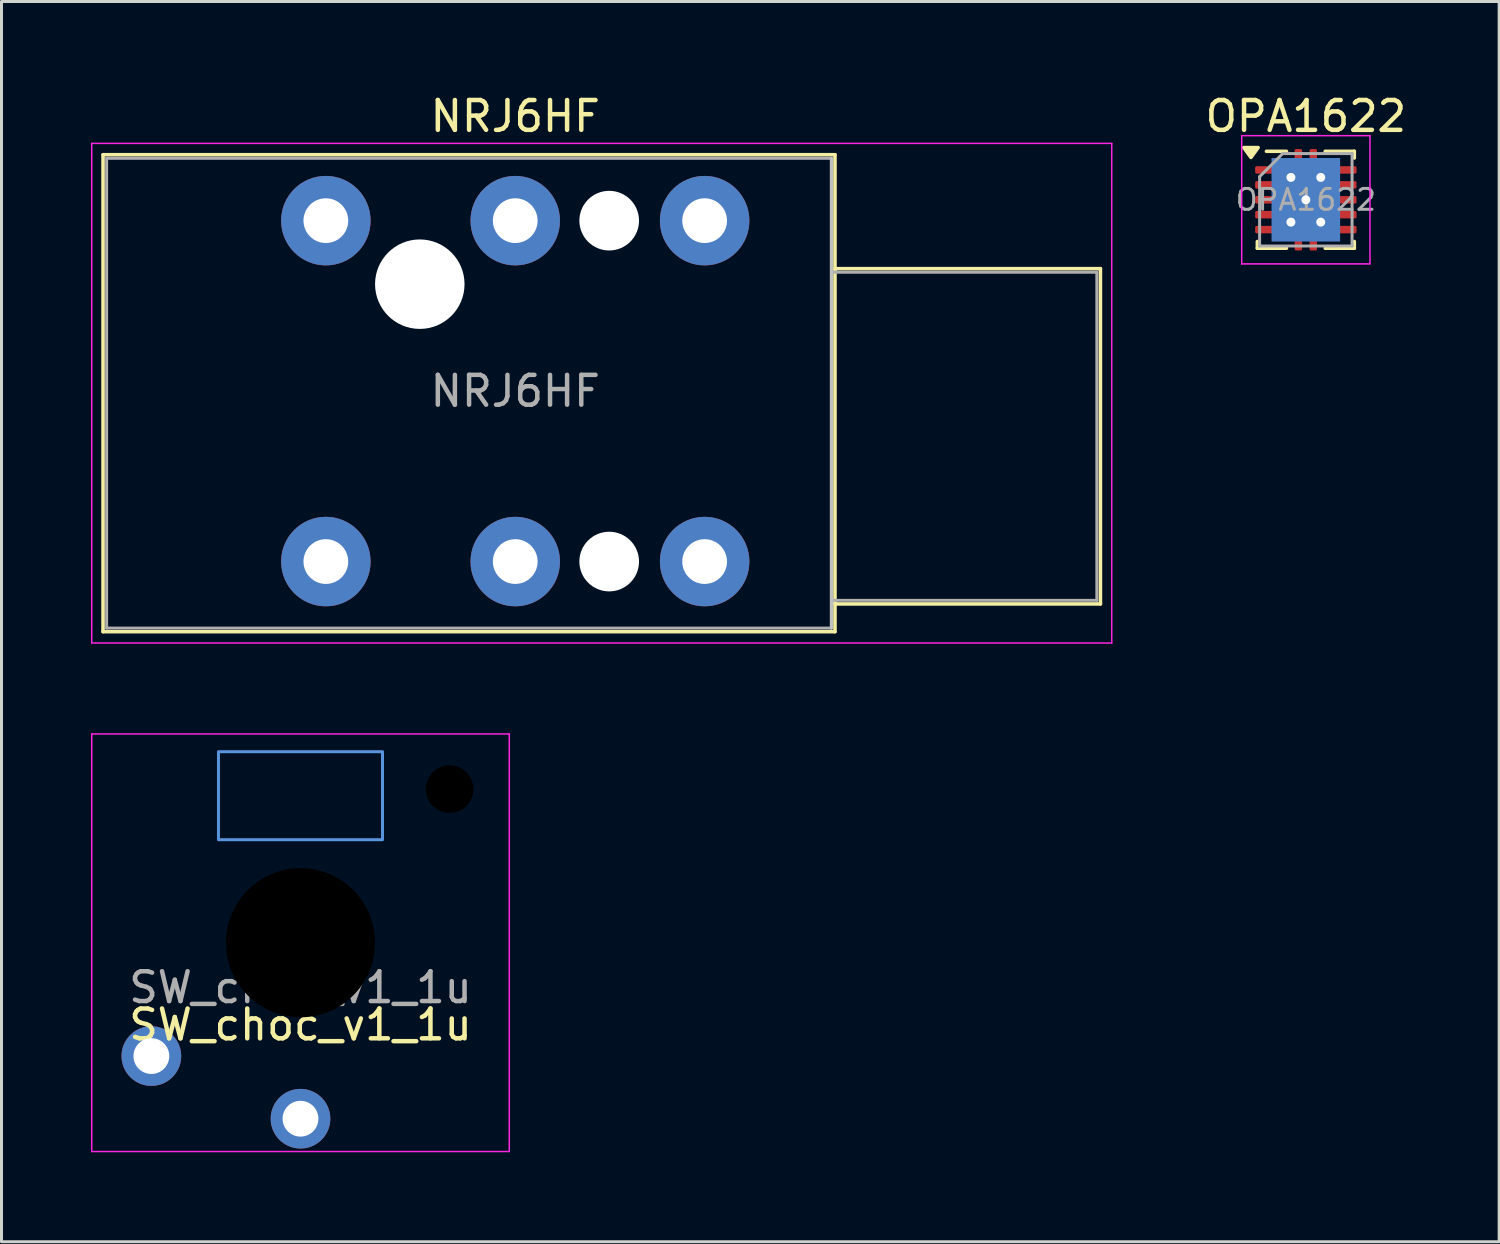
<source format=kicad_pcb>
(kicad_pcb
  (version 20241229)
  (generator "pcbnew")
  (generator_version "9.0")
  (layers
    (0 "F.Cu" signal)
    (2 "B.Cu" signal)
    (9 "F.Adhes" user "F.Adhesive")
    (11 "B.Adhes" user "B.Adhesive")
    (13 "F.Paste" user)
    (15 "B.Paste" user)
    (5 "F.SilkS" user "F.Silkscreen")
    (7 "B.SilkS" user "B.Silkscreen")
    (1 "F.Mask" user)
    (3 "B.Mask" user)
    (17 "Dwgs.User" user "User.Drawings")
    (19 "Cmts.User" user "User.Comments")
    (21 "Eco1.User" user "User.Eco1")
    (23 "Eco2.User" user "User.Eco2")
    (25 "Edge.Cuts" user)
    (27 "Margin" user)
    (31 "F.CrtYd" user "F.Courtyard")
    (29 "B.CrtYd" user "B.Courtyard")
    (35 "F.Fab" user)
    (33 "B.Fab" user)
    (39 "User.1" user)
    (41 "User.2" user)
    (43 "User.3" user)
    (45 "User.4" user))
  (footprint "SW_choc_v1_1u"
    (layer "F.Cu")
    (at 7.025 28.558)
    (property "Reference" "SW_choc_v1_1u" (at 0 2.75 180) (layer "F.SilkS") (effects (font (size 1 1) (thickness 0.15))))
    (attr through_hole exclude_from_pos_files exclude_from_bom)
    (fp_rect (start -2.75 -6.405) (end 2.75 -3.455) (stroke (width 0.1) (type solid)) (fill no) (layer "Cmts.User"))
    (fp_line (start -6.95 6.45) (end -6.95 -6.45) (stroke (width 0.05) (type solid)) (layer "Eco2.User"))
    (fp_line (start -6.45 -6.95) (end 6.45 -6.95) (stroke (width 0.05) (type solid)) (layer "Eco2.User"))
    (fp_line (start 6.45 6.95) (end -6.45 6.95) (stroke (width 0.05) (type solid)) (layer "Eco2.User"))
    (fp_line (start 6.95 -6.45) (end 6.95 6.45) (stroke (width 0.05) (type solid)) (layer "Eco2.User"))
    (fp_arc (start -6.95 -6.45) (mid -6.803553 -6.803553) (end -6.45 -6.95) (stroke (width 0.05) (type solid)) (layer "Eco2.User"))
    (fp_arc (start -6.45 6.95) (mid -6.803553 6.803553) (end -6.95 6.45) (stroke (width 0.05) (type solid)) (layer "Eco2.User"))
    (fp_arc (start 6.45 -6.95) (mid 6.803553 -6.803553) (end 6.95 -6.45) (stroke (width 0.05) (type solid)) (layer "Eco2.User"))
    (fp_arc (start 6.95 6.45) (mid 6.803553 6.803553) (end 6.45 6.95) (stroke (width 0.05) (type solid)) (layer "Eco2.User"))
    (fp_line (start -7 -7) (end 7 -7) (stroke (width 0.05) (type solid)) (layer "F.CrtYd"))
    (fp_line (start -7 7) (end -7 -7) (stroke (width 0.05) (type solid)) (layer "F.CrtYd"))
    (fp_line (start 7 -7) (end 7 7) (stroke (width 0.05) (type solid)) (layer "F.CrtYd"))
    (fp_line (start 7 7) (end -7 7) (stroke (width 0.05) (type solid)) (layer "F.CrtYd"))
    (fp_text user "${REFERENCE}" (at 0 1.5 0) (layer "F.Fab") (effects (font (size 1 1) (thickness 0.15))))
    (pad "" np_thru_hole circle (at 0 0 180) (size 5 5) (drill 5) (layers "*.Mask"))
    (pad "" np_thru_hole circle (at 5 -5.15 180) (size 1.6 1.6) (drill 1.6) (layers "*.Mask"))
    (pad "1" thru_hole circle (at -5 3.8 180) (size 2 2) (drill 1.2) (layers "*.Cu" "B.Mask"))
    (pad "2" thru_hole circle (at 0 5.9 180) (size 2 2) (drill 1.2) (layers "*.Cu" "B.Mask")))
  (footprint "NRJ6HF"
    (layer "F.Cu")
    (at 7.875 4.348)
    (property "Reference" "NRJ6HF" (at 6.35 -3.5 0) (layer "F.SilkS") (effects (font (size 1 1) (thickness 0.15))))
    (attr through_hole)
    (fp_line (start -7.47 -2.21) (end 17.07 -2.21) (stroke (width 0.12) (type solid)) (layer "F.SilkS"))
    (fp_line (start -7.47 13.78) (end -7.47 -2.21) (stroke (width 0.12) (type solid)) (layer "F.SilkS"))
    (fp_line (start -7.47 13.78) (end 17.07 13.78) (stroke (width 0.12) (type solid)) (layer "F.SilkS"))
    (fp_line (start 17.07 -2.21) (end 17.07 13.78) (stroke (width 0.12) (type solid)) (layer "F.SilkS"))
    (fp_line (start 25.97 1.61) (end 17.07 1.61) (stroke (width 0.12) (type solid)) (layer "F.SilkS"))
    (fp_line (start 25.97 12.85) (end 17.07 12.85) (stroke (width 0.12) (type solid)) (layer "F.SilkS"))
    (fp_line (start 25.97 12.85) (end 25.97 1.61) (stroke (width 0.12) (type solid)) (layer "F.SilkS"))
    (fp_line (start 16.95 -2.09) (end 16.95 13.66) (stroke (width 0.1) (type solid)) (layer "Dwgs.User"))
    (fp_line (start -7.85 14.16) (end -7.85 -2.59) (stroke (width 0.05) (type solid)) (layer "F.CrtYd"))
    (fp_line (start -7.85 14.16) (end 26.35 14.16) (stroke (width 0.05) (type solid)) (layer "F.CrtYd"))
    (fp_line (start 26.35 -2.59) (end -7.85 -2.59) (stroke (width 0.05) (type solid)) (layer "F.CrtYd"))
    (fp_line (start 26.35 14.16) (end 26.35 -2.59) (stroke (width 0.05) (type solid)) (layer "F.CrtYd"))
    (fp_line (start -7.35 -2.09) (end 16.95 -2.09) (stroke (width 0.1) (type solid)) (layer "F.Fab"))
    (fp_line (start -7.35 13.66) (end -7.35 -2.09) (stroke (width 0.1) (type solid)) (layer "F.Fab"))
    (fp_line (start 16.95 -2.09) (end 16.95 13.66) (stroke (width 0.1) (type solid)) (layer "F.Fab"))
    (fp_line (start 16.95 12.73) (end 25.85 12.73) (stroke (width 0.1) (type solid)) (layer "F.Fab"))
    (fp_line (start 16.95 13.66) (end -7.35 13.66) (stroke (width 0.1) (type solid)) (layer "F.Fab"))
    (fp_line (start 25.85 1.73) (end 16.95 1.73) (stroke (width 0.1) (type solid)) (layer "F.Fab"))
    (fp_line (start 25.85 12.73) (end 25.85 1.73) (stroke (width 0.1) (type solid)) (layer "F.Fab"))
    (fp_text user "${REFERENCE}" (at 6.35 5.715 0) (layer "F.Fab") (effects (font (size 1 1) (thickness 0.15))))
    (pad "" np_thru_hole circle (at 3.15 2.13) (size 3 3) (drill 3) (layers "*.Cu" "*.Mask"))
    (pad "" np_thru_hole circle (at 9.5 0) (size 2 2) (drill 2) (layers "*.Cu" "*.Mask"))
    (pad "" np_thru_hole circle (at 9.5 11.43) (size 2 2) (drill 2) (layers "*.Cu" "*.Mask"))
    (pad "R" thru_hole circle (at 6.35 0) (size 3 3) (drill 1.5) (layers "*.Cu" "*.Mask") (remove_unused_layers yes) (keep_end_layers yes) (zone_layer_connections))
    (pad "RN" thru_hole circle (at 6.35 11.43) (size 3 3) (drill 1.5) (layers "*.Cu" "*.Mask") (remove_unused_layers yes) (keep_end_layers yes) (zone_layer_connections))
    (pad "S" thru_hole circle (at 12.7 0) (size 3 3) (drill 1.5) (layers "*.Cu" "*.Mask") (remove_unused_layers yes) (keep_end_layers yes) (zone_layer_connections))
    (pad "SN" thru_hole circle (at 12.7 11.43) (size 3 3) (drill 1.5) (layers "*.Cu" "*.Mask") (remove_unused_layers yes) (keep_end_layers yes) (zone_layer_connections))
    (pad "T" thru_hole circle (at 0 0) (size 3 3) (drill 1.5) (layers "*.Cu" "*.Mask") (remove_unused_layers yes) (keep_end_layers yes) (zone_layer_connections))
    (pad "TN" thru_hole circle (at 0 11.43) (size 3 3) (drill 1.5) (layers "*.Cu" "*.Mask") (remove_unused_layers yes) (keep_end_layers yes) (zone_layer_connections)))
  (footprint "OPA1622"
    (layer "F.Cu")
    (at 40.732 3.648)
    (property "Reference" "OPA1622" (at 0 -2.8 0) (layer "F.SilkS") (effects (font (size 1 1) (thickness 0.15))))
    (attr smd)
    (fp_line (start -1.625 1.625) (end -1.625 1.4) (stroke (width 0.12) (type solid)) (layer "F.SilkS"))
    (fp_line (start -1.625 1.625) (end -0.65 1.625) (stroke (width 0.12) (type solid)) (layer "F.SilkS"))
    (fp_line (start -1.32 -1.625) (end -0.65 -1.625) (stroke (width 0.12) (type solid)) (layer "F.SilkS"))
    (fp_line (start 0.65 -1.625) (end 1.625 -1.625) (stroke (width 0.12) (type solid)) (layer "F.SilkS"))
    (fp_line (start 0.65 1.625) (end 1.625 1.625) (stroke (width 0.12) (type solid)) (layer "F.SilkS"))
    (fp_line (start 1.625 -1.4) (end 1.625 -1.625) (stroke (width 0.12) (type solid)) (layer "F.SilkS"))
    (fp_line (start 1.625 1.4) (end 1.625 1.625) (stroke (width 0.12) (type solid)) (layer "F.SilkS"))
    (fp_poly (pts (xy -1.84 -1.42) (xy -2.08 -1.75) (xy -1.6 -1.75) (xy -1.84 -1.42)) (stroke (width 0.12) (type solid)) (fill yes) (layer "F.SilkS"))
    (fp_line (start -2.15 -2.15) (end -2.15 2.15) (stroke (width 0.05) (type solid)) (layer "F.CrtYd"))
    (fp_line (start -2.15 -2.15) (end 2.15 -2.15) (stroke (width 0.05) (type solid)) (layer "F.CrtYd"))
    (fp_line (start -2.15 2.15) (end 2.15 2.15) (stroke (width 0.05) (type solid)) (layer "F.CrtYd"))
    (fp_line (start 2.15 -2.15) (end 2.15 2.15) (stroke (width 0.05) (type solid)) (layer "F.CrtYd"))
    (fp_line (start -1.55 1.55) (end -1.55 -0.775) (stroke (width 0.1) (type solid)) (layer "F.Fab"))
    (fp_line (start -0.775 -1.55) (end -1.55 -0.775) (stroke (width 0.1) (type solid)) (layer "F.Fab"))
    (fp_line (start -0.775 -1.55) (end 1.55 -1.55) (stroke (width 0.1) (type solid)) (layer "F.Fab"))
    (fp_line (start 1.55 -1.55) (end 1.55 1.55) (stroke (width 0.1) (type solid)) (layer "F.Fab"))
    (fp_line (start 1.55 1.55) (end -1.55 1.55) (stroke (width 0.1) (type solid)) (layer "F.Fab"))
    (fp_text user "${REFERENCE}" (at 0 0 0) (layer "F.Fab") (effects (font (size 0.7 0.7) (thickness 0.1))))
    (pad "1" smd roundrect (at -1.4 -1) (size 0.6 0.25) (layers "F.Cu" "F.Mask" "F.Paste") (roundrect_rratio 0.2))
    (pad "2" smd roundrect (at -1.4 -0.5) (size 0.6 0.25) (layers "F.Cu" "F.Mask" "F.Paste") (roundrect_rratio 0.2))
    (pad "3" smd roundrect (at -1.4 0) (size 0.6 0.25) (layers "F.Cu" "F.Mask" "F.Paste") (roundrect_rratio 0.2))
    (pad "4" smd roundrect (at -1.4 0.5) (size 0.6 0.25) (layers "F.Cu" "F.Mask" "F.Paste") (roundrect_rratio 0.2))
    (pad "5" smd roundrect (at -1.4 1) (size 0.6 0.25) (layers "F.Cu" "F.Mask" "F.Paste") (roundrect_rratio 0.2))
    (pad "6" smd roundrect (at 1.4 1) (size 0.6 0.25) (layers "F.Cu" "F.Mask" "F.Paste") (roundrect_rratio 0.2))
    (pad "7" smd roundrect (at 1.4 0.5) (size 0.6 0.25) (layers "F.Cu" "F.Mask" "F.Paste") (roundrect_rratio 0.2))
    (pad "8" smd roundrect (at 1.4 0) (size 0.6 0.25) (layers "F.Cu" "F.Mask" "F.Paste") (roundrect_rratio 0.2))
    (pad "9" smd roundrect (at 1.4 -0.5) (size 0.6 0.25) (layers "F.Cu" "F.Mask" "F.Paste") (roundrect_rratio 0.2))
    (pad "10" smd roundrect (at 1.4 -1) (size 0.6 0.25) (layers "F.Cu" "F.Mask" "F.Paste") (roundrect_rratio 0.2))
    (pad "11" thru_hole circle (at -0.5 -0.75) (size 0.6 0.6) (drill 0.3) (layers "*.Cu") (remove_unused_layers yes) (zone_layer_connections))
    (pad "11" thru_hole circle (at -0.5 0.75) (size 0.6 0.6) (drill 0.3) (layers "*.Cu") (remove_unused_layers yes) (zone_layer_connections))
    (pad "11" smd rect (at -0.45 -0.635) (size 0.68 1.05) (layers "F.Cu" "F.Mask" "F.Paste"))
    (pad "11" smd rect (at -0.45 0.635) (size 0.68 1.05) (layers "F.Cu" "F.Mask" "F.Paste"))
    (pad "11" smd roundrect (at -0.25 -1.35) (size 0.25 0.7) (layers "F.Cu" "F.Mask" "F.Paste") (roundrect_rratio 0.2))
    (pad "11" smd roundrect (at -0.25 1.35) (size 0.25 0.7) (layers "F.Cu" "F.Mask" "F.Paste") (roundrect_rratio 0.2))
    (pad "11" thru_hole circle (at 0 0) (size 0.6 0.6) (drill 0.3) (layers "*.Cu") (remove_unused_layers yes) (zone_layer_connections))
    (pad "11" smd rect (at 0 0) (size 1.65 2.4) (layers "F.Cu" "F.Mask"))
    (pad "11" smd rect (at 0 0) (size 2.3 2.8) (layers "B.Cu"))
    (pad "11" smd roundrect (at 0.25 -1.35) (size 0.25 0.7) (layers "F.Cu" "F.Mask" "F.Paste") (roundrect_rratio 0.2))
    (pad "11" smd roundrect (at 0.25 1.35) (size 0.25 0.7) (layers "F.Cu" "F.Mask" "F.Paste") (roundrect_rratio 0.2))
    (pad "11" smd rect (at 0.45 -0.635) (size 0.68 1.05) (layers "F.Cu" "F.Mask" "F.Paste"))
    (pad "11" smd rect (at 0.45 0.635) (size 0.68 1.05) (layers "F.Cu" "F.Mask" "F.Paste"))
    (pad "11" thru_hole circle (at 0.5 -0.75) (size 0.6 0.6) (drill 0.3) (layers "*.Cu") (remove_unused_layers yes) (zone_layer_connections))
    (pad "11" thru_hole circle (at 0.5 0.75) (size 0.6 0.6) (drill 0.3) (layers "*.Cu") (remove_unused_layers yes) (zone_layer_connections)))
  (gr_rect
    (start -3 -3)
    (end 47.214 38.583)
    (stroke (width 0.1) (type default))
    (fill no)
    (layer "Edge.Cuts")))
</source>
